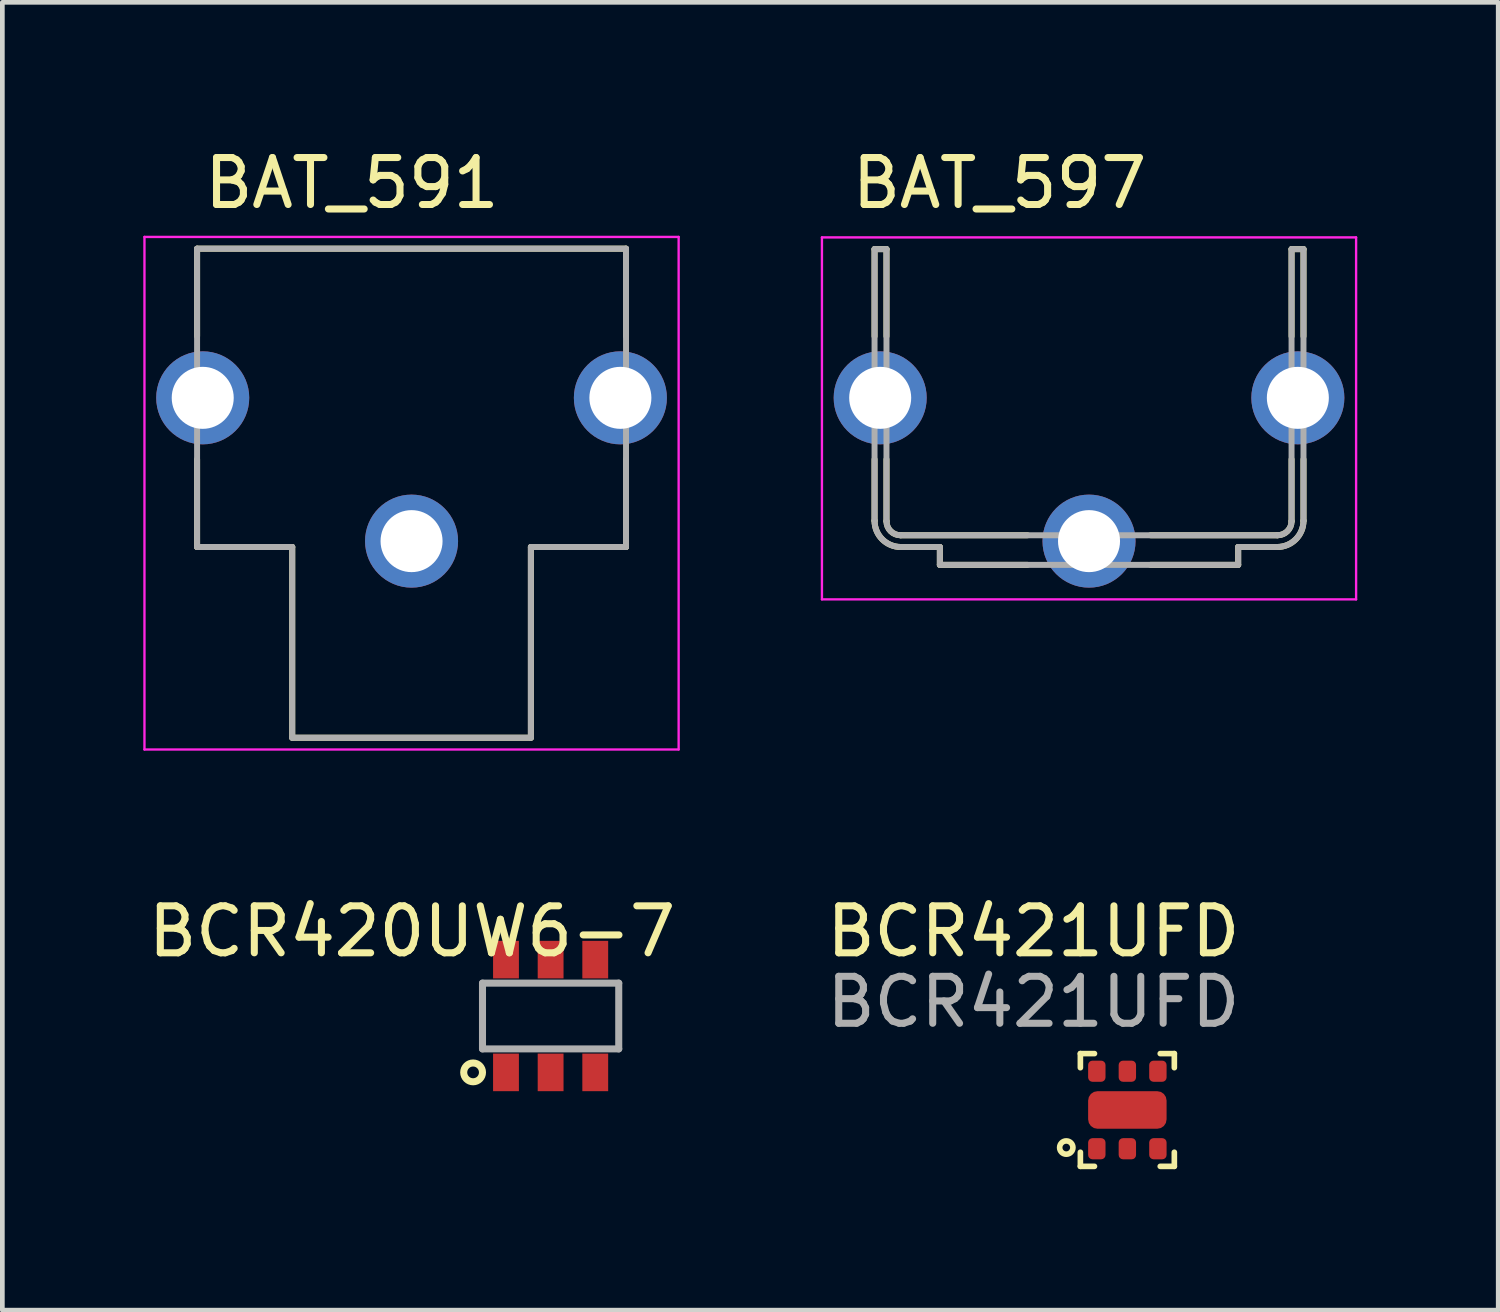
<source format=kicad_pcb>
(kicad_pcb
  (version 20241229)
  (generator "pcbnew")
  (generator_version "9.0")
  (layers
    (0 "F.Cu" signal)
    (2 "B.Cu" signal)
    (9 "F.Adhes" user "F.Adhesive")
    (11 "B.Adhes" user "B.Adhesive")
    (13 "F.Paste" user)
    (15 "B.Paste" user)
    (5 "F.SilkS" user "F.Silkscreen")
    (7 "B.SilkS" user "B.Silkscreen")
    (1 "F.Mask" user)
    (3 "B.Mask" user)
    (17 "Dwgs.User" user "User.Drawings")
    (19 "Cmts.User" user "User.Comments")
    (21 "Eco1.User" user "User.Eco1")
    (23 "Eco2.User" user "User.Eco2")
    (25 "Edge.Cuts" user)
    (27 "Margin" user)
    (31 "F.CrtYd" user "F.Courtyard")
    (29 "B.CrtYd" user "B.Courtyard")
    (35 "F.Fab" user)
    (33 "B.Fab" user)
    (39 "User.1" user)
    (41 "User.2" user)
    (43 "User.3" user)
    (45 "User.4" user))
  (footprint "BCR421UFD"
    (layer "F.Cu")
    (at 20.946 20.576)
    (property "Reference" "BCR421UFD" (at -2 -3.8 0) (unlocked yes) (layer "F.SilkS") (effects (font (size 1 1) (thickness 0.15))))
    (attr smd)
    (fp_line (start -1 -1.2) (end -0.7 -1.2) (stroke (width 0.12) (type solid)) (layer "F.SilkS"))
    (fp_line (start -1 -0.9) (end -1 -1.2) (stroke (width 0.12) (type solid)) (layer "F.SilkS"))
    (fp_line (start -1 1.2) (end -1 0.9) (stroke (width 0.12) (type solid)) (layer "F.SilkS"))
    (fp_line (start -0.7 1.2) (end -1 1.2) (stroke (width 0.12) (type solid)) (layer "F.SilkS"))
    (fp_line (start 0.7 1.2) (end 1 1.2) (stroke (width 0.12) (type solid)) (layer "F.SilkS"))
    (fp_line (start 1 -1.2) (end 0.7 -1.2) (stroke (width 0.12) (type solid)) (layer "F.SilkS"))
    (fp_line (start 1 -1.2) (end 1 -0.9) (stroke (width 0.12) (type solid)) (layer "F.SilkS"))
    (fp_line (start 1 1.2) (end 1 0.9) (stroke (width 0.12) (type solid)) (layer "F.SilkS"))
    (fp_circle (center -1.3 0.8) (end -1.2 0.9) (stroke (width 0.12) (type solid)) (fill no) (layer "F.SilkS"))
    (fp_text user "${REFERENCE}" (at -2 -2.3 0) (unlocked yes) (layer "F.Fab") (effects (font (size 1 1) (thickness 0.15))))
    (pad "1" smd roundrect (at -0.65 0.825) (size 0.37 0.45) (layers "F.Cu" "F.Mask" "F.Paste") (roundrect_rratio 0.25))
    (pad "2" smd roundrect (at 0 0.825) (size 0.37 0.45) (layers "F.Cu" "F.Mask" "F.Paste") (roundrect_rratio 0.25))
    (pad "3" smd roundrect (at 0.65 0.825) (size 0.37 0.45) (layers "F.Cu" "F.Mask" "F.Paste") (roundrect_rratio 0.25))
    (pad "4" smd roundrect (at 0.65 -0.825) (size 0.37 0.45) (layers "F.Cu" "F.Mask" "F.Paste") (roundrect_rratio 0.25))
    (pad "5" smd roundrect (at 0 -0.825) (size 0.37 0.45) (layers "F.Cu" "F.Mask" "F.Paste") (roundrect_rratio 0.25))
    (pad "6" smd roundrect (at -0.65 -0.825) (size 0.37 0.45) (layers "F.Cu" "F.Mask" "F.Paste") (roundrect_rratio 0.25))
    (pad "7" smd roundrect (at 0 0) (size 1.67 0.8) (layers "F.Cu" "F.Mask" "F.Paste") (roundrect_rratio 0.25)))
  (footprint "BAT_591"
    (layer "F.Cu")
    (at 5.71 8.468)
    (property "Reference" "BAT_591" (at -1.27 -7.62 0) (layer "F.SilkS") (effects (font (size 1 1) (thickness 0.15))))
    (attr through_hole)
    (fp_line (start -4.565 -6.225) (end -4.565 -4.36) (stroke (width 0.127) (type solid)) (layer "F.SilkS"))
    (fp_line (start -4.565 0.125) (end -4.565 -1.74) (stroke (width 0.127) (type solid)) (layer "F.SilkS"))
    (fp_line (start -4.565 0.125) (end -2.54 0.125) (stroke (width 0.127) (type solid)) (layer "F.SilkS"))
    (fp_line (start -2.54 0.125) (end -2.54 4.185) (stroke (width 0.127) (type solid)) (layer "F.SilkS"))
    (fp_line (start -2.54 4.185) (end 2.54 4.185) (stroke (width 0.127) (type solid)) (layer "F.SilkS"))
    (fp_line (start 2.54 0.125) (end 4.565 0.125) (stroke (width 0.127) (type solid)) (layer "F.SilkS"))
    (fp_line (start 2.54 4.185) (end 2.54 0.125) (stroke (width 0.127) (type solid)) (layer "F.SilkS"))
    (fp_line (start 4.565 -6.225) (end -4.565 -6.225) (stroke (width 0.127) (type solid)) (layer "F.SilkS"))
    (fp_line (start 4.565 -4.36) (end 4.565 -6.225) (stroke (width 0.127) (type solid)) (layer "F.SilkS"))
    (fp_line (start 4.565 0.125) (end 4.565 -1.74) (stroke (width 0.127) (type solid)) (layer "F.SilkS"))
    (fp_line (start -5.685 -6.475) (end -5.685 4.435) (stroke (width 0.05) (type solid)) (layer "F.CrtYd"))
    (fp_line (start -5.685 4.435) (end 5.685 4.435) (stroke (width 0.05) (type solid)) (layer "F.CrtYd"))
    (fp_line (start 5.685 -6.475) (end -5.685 -6.475) (stroke (width 0.05) (type solid)) (layer "F.CrtYd"))
    (fp_line (start 5.685 4.435) (end 5.685 -6.475) (stroke (width 0.05) (type solid)) (layer "F.CrtYd"))
    (fp_line (start -4.565 -6.225) (end -4.565 0.125) (stroke (width 0.127) (type solid)) (layer "F.Fab"))
    (fp_line (start -4.565 0.125) (end -2.54 0.125) (stroke (width 0.127) (type solid)) (layer "F.Fab"))
    (fp_line (start -2.54 0.125) (end -2.54 4.185) (stroke (width 0.127) (type solid)) (layer "F.Fab"))
    (fp_line (start -2.54 4.185) (end 2.54 4.185) (stroke (width 0.127) (type solid)) (layer "F.Fab"))
    (fp_line (start 2.54 0.125) (end 4.565 0.125) (stroke (width 0.127) (type solid)) (layer "F.Fab"))
    (fp_line (start 2.54 4.185) (end 2.54 0.125) (stroke (width 0.127) (type solid)) (layer "F.Fab"))
    (fp_line (start 4.565 -6.225) (end -4.565 -6.225) (stroke (width 0.127) (type solid)) (layer "F.Fab"))
    (fp_line (start 4.565 0.125) (end 4.565 -6.225) (stroke (width 0.127) (type solid)) (layer "F.Fab"))
    (pad "N1" thru_hole circle (at 0 0) (size 1.98 1.98) (drill 1.32) (layers "*.Cu" "*.Mask"))
    (pad "N2" thru_hole circle (at -4.445 -3.05) (size 1.98 1.98) (drill 1.32) (layers "*.Cu" "*.Mask"))
    (pad "N3" thru_hole circle (at 4.445 -3.05) (size 1.98 1.98) (drill 1.32) (layers "*.Cu" "*.Mask")))
  (footprint "BAT_597"
    (layer "F.Cu")
    (at 20.13 8.468)
    (property "Reference" "BAT_597" (at -1.905 -7.62 0) (layer "F.SilkS") (effects (font (size 1 1) (thickness 0.15))))
    (attr through_hole)
    (fp_line (start -4.565 -6.215) (end -4.565 -4.36) (stroke (width 0.127) (type solid)) (layer "F.SilkS"))
    (fp_line (start -4.565 -1.74) (end -4.565 -0.435) (stroke (width 0.127) (type solid)) (layer "F.SilkS"))
    (fp_line (start -4.311 -6.215) (end -4.565 -6.215) (stroke (width 0.127) (type solid)) (layer "F.SilkS"))
    (fp_line (start -4.311 -4.36) (end -4.311 -6.215) (stroke (width 0.127) (type solid)) (layer "F.SilkS"))
    (fp_line (start -4.311 -0.425) (end -4.311 -1.74) (stroke (width 0.127) (type solid)) (layer "F.SilkS"))
    (fp_line (start -4.005 0.125) (end -3.175 0.125) (stroke (width 0.127) (type solid)) (layer "F.SilkS"))
    (fp_line (start -3.175 0.125) (end -3.175 0.505) (stroke (width 0.127) (type solid)) (layer "F.SilkS"))
    (fp_line (start -3.175 0.505) (end -1.31 0.505) (stroke (width 0.127) (type solid)) (layer "F.SilkS"))
    (fp_line (start -1.31 -0.125) (end -4.011 -0.125) (stroke (width 0.127) (type solid)) (layer "F.SilkS"))
    (fp_line (start 1.31 0.505) (end 3.175 0.505) (stroke (width 0.127) (type solid)) (layer "F.SilkS"))
    (fp_line (start 3.175 0.125) (end 4.005 0.125) (stroke (width 0.127) (type solid)) (layer "F.SilkS"))
    (fp_line (start 3.175 0.505) (end 3.175 0.125) (stroke (width 0.127) (type solid)) (layer "F.SilkS"))
    (fp_line (start 4.011 -0.125) (end 1.31 -0.125) (stroke (width 0.127) (type solid)) (layer "F.SilkS"))
    (fp_line (start 4.311 -6.215) (end 4.311 -4.36) (stroke (width 0.127) (type solid)) (layer "F.SilkS"))
    (fp_line (start 4.311 -1.74) (end 4.311 -0.425) (stroke (width 0.127) (type solid)) (layer "F.SilkS"))
    (fp_line (start 4.565 -6.215) (end 4.311 -6.215) (stroke (width 0.127) (type solid)) (layer "F.SilkS"))
    (fp_line (start 4.565 -4.36) (end 4.565 -6.215) (stroke (width 0.127) (type solid)) (layer "F.SilkS"))
    (fp_line (start 4.565 -0.435) (end 4.565 -1.74) (stroke (width 0.127) (type solid)) (layer "F.SilkS"))
    (fp_arc (start -4.011 -0.125) (mid -4.223132 -0.212868) (end -4.311 -0.425) (stroke (width 0.127) (type solid)) (layer "F.SilkS"))
    (fp_arc (start -4.005 0.125) (mid -4.40098 -0.03902) (end -4.565 -0.435) (stroke (width 0.127) (type solid)) (layer "F.SilkS"))
    (fp_arc (start 4.311 -0.425) (mid 4.223132 -0.212868) (end 4.011 -0.125) (stroke (width 0.127) (type solid)) (layer "F.SilkS"))
    (fp_arc (start 4.565 -0.435) (mid 4.40098 -0.03902) (end 4.005 0.125) (stroke (width 0.127) (type solid)) (layer "F.SilkS"))
    (fp_line (start -5.685 -6.465) (end -5.685 1.24) (stroke (width 0.05) (type solid)) (layer "F.CrtYd"))
    (fp_line (start -5.685 1.24) (end 5.685 1.24) (stroke (width 0.05) (type solid)) (layer "F.CrtYd"))
    (fp_line (start 5.685 -6.465) (end -5.685 -6.465) (stroke (width 0.05) (type solid)) (layer "F.CrtYd"))
    (fp_line (start 5.685 1.24) (end 5.685 -6.465) (stroke (width 0.05) (type solid)) (layer "F.CrtYd"))
    (fp_line (start -4.565 -6.215) (end -4.565 -0.435) (stroke (width 0.127) (type solid)) (layer "F.Fab"))
    (fp_line (start -4.311 -6.215) (end -4.565 -6.215) (stroke (width 0.127) (type solid)) (layer "F.Fab"))
    (fp_line (start -4.311 -0.425) (end -4.311 -6.215) (stroke (width 0.127) (type solid)) (layer "F.Fab"))
    (fp_line (start -4.005 0.125) (end -3.175 0.125) (stroke (width 0.127) (type solid)) (layer "F.Fab"))
    (fp_line (start -3.175 0.125) (end -3.175 0.505) (stroke (width 0.127) (type solid)) (layer "F.Fab"))
    (fp_line (start -3.175 0.505) (end 3.175 0.505) (stroke (width 0.127) (type solid)) (layer "F.Fab"))
    (fp_line (start 3.175 0.125) (end 4.005 0.125) (stroke (width 0.127) (type solid)) (layer "F.Fab"))
    (fp_line (start 3.175 0.505) (end 3.175 0.125) (stroke (width 0.127) (type solid)) (layer "F.Fab"))
    (fp_line (start 4.011 -0.125) (end -4.011 -0.125) (stroke (width 0.127) (type solid)) (layer "F.Fab"))
    (fp_line (start 4.311 -6.215) (end 4.311 -0.425) (stroke (width 0.127) (type solid)) (layer "F.Fab"))
    (fp_line (start 4.565 -6.215) (end 4.311 -6.215) (stroke (width 0.127) (type solid)) (layer "F.Fab"))
    (fp_line (start 4.565 -0.435) (end 4.565 -6.215) (stroke (width 0.127) (type solid)) (layer "F.Fab"))
    (fp_arc (start -4.011 -0.125) (mid -4.223132 -0.212868) (end -4.311 -0.425) (stroke (width 0.127) (type solid)) (layer "F.Fab"))
    (fp_arc (start -4.005 0.125) (mid -4.40098 -0.03902) (end -4.565 -0.435) (stroke (width 0.127) (type solid)) (layer "F.Fab"))
    (fp_arc (start 4.311 -0.425) (mid 4.223132 -0.212868) (end 4.011 -0.125) (stroke (width 0.127) (type solid)) (layer "F.Fab"))
    (fp_arc (start 4.565 -0.435) (mid 4.40098 -0.03902) (end 4.005 0.125) (stroke (width 0.127) (type solid)) (layer "F.Fab"))
    (pad "P1" thru_hole circle (at 0 0) (size 1.98 1.98) (drill 1.32) (layers "*.Cu" "*.Mask"))
    (pad "P2" thru_hole circle (at -4.445 -3.05) (size 1.98 1.98) (drill 1.32) (layers "*.Cu" "*.Mask"))
    (pad "P3" thru_hole circle (at 4.445 -3.05) (size 1.98 1.98) (drill 1.32) (layers "*.Cu" "*.Mask")))
  (footprint "BCR420UW6-7"
    (layer "F.Cu")
    (at 8.72 18.576)
    (property "Reference" "BCR420UW6-7" (at -3 -1.8 0) (layer "F.SilkS") (effects (font (size 1 1) (thickness 0.15))))
    (attr through_hole)
    (fp_circle (center -1.7 1.2) (end -1.9 1.2) (stroke (width 0.15) (type solid)) (fill no) (layer "F.SilkS"))
    (fp_line (start -1.5 -0.7) (end 1.4 -0.7) (stroke (width 0.15) (type solid)) (layer "F.Fab"))
    (fp_line (start -1.5 0.7) (end -1.5 -0.7) (stroke (width 0.15) (type solid)) (layer "F.Fab"))
    (fp_line (start 1.4 -0.7) (end 1.4 0.7) (stroke (width 0.15) (type solid)) (layer "F.Fab"))
    (fp_line (start 1.4 0.7) (end -1.5 0.7) (stroke (width 0.15) (type solid)) (layer "F.Fab"))
    (pad "1" smd rect (at -1 1.2) (size 0.55 0.8) (layers "F.Cu" "F.Mask" "F.Paste"))
    (pad "2" smd rect (at -0.05 1.2) (size 0.55 0.8) (layers "F.Cu" "F.Mask" "F.Paste"))
    (pad "3" smd rect (at 0.9 1.2) (size 0.55 0.8) (layers "F.Cu" "F.Mask" "F.Paste"))
    (pad "4" smd rect (at 0.9 -1.2) (size 0.55 0.8) (layers "F.Cu" "F.Mask" "F.Paste"))
    (pad "5" smd rect (at -0.05 -1.2) (size 0.55 0.8) (layers "F.Cu" "F.Mask" "F.Paste"))
    (pad "6" smd rect (at -1 -1.2) (size 0.55 0.8) (layers "F.Cu" "F.Mask" "F.Paste")))
  (gr_rect
    (start -3 -3)
    (end 28.84 24.837)
    (stroke (width 0.1) (type default))
    (fill no)
    (layer "Edge.Cuts")))
</source>
